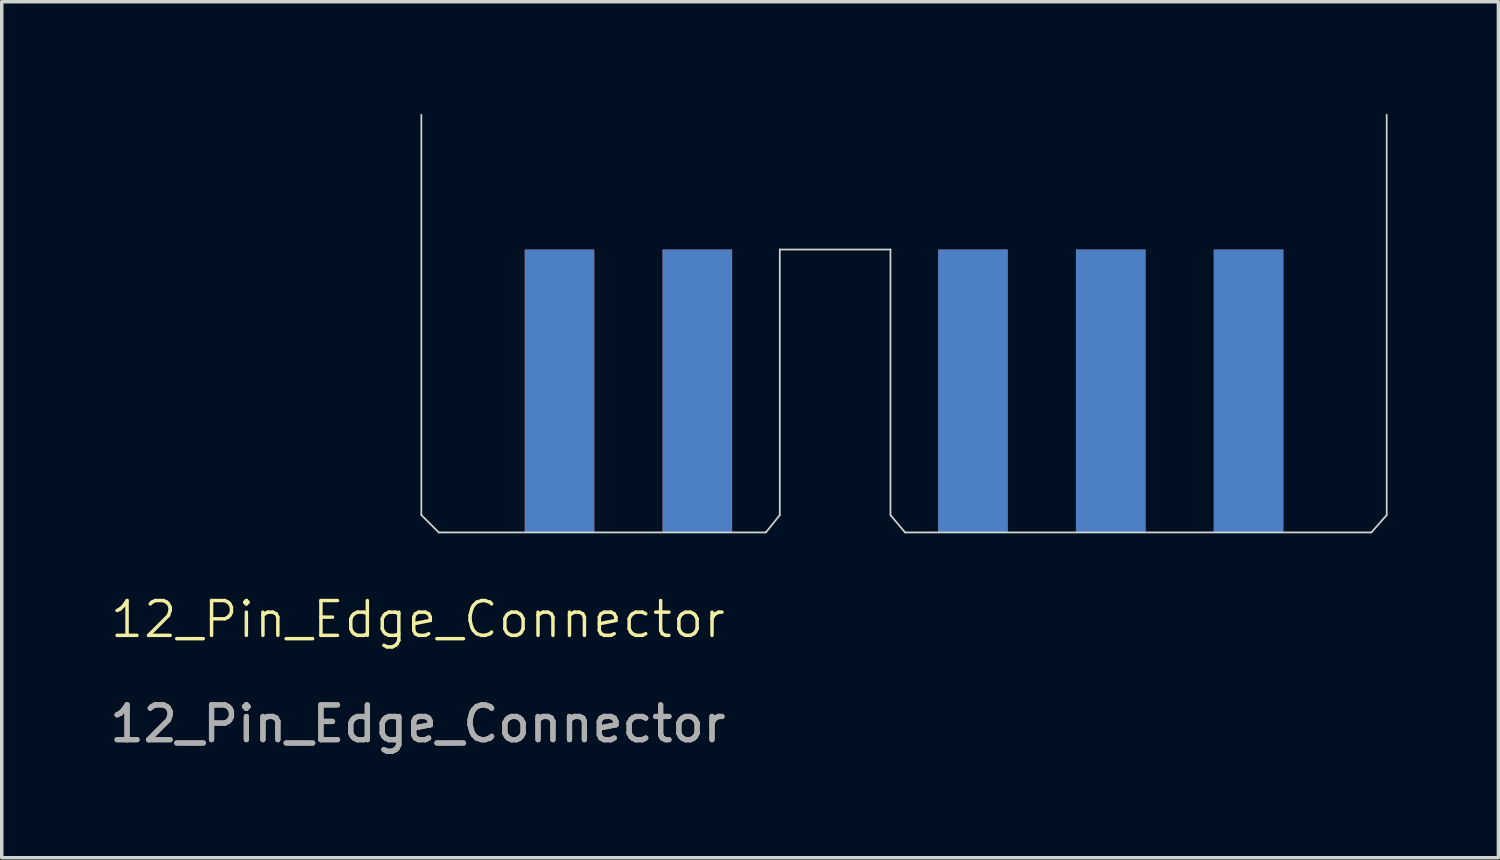
<source format=kicad_pcb>
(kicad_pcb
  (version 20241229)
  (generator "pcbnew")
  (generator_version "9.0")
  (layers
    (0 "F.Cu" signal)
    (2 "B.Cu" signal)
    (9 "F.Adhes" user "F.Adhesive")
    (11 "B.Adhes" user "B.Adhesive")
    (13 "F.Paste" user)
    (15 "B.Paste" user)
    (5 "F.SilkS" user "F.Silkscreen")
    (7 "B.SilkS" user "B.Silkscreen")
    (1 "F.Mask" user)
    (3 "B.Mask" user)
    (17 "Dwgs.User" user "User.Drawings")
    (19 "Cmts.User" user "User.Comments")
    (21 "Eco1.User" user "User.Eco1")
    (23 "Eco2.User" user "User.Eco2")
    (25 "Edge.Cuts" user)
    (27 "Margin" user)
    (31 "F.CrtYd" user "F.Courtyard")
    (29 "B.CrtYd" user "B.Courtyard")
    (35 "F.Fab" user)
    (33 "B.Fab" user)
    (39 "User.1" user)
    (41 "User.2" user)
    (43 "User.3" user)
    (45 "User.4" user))
  (footprint "12_Pin_Edge_Connector"
    (layer "F.Cu")
    (at 9.058 0.25)
    (property "Reference" "12_Pin_Edge_Connector" (at -0.1 14.5 0) (unlocked yes) (layer "F.SilkS") (effects (font (size 1 1) (thickness 0.1))))
    (attr smd)
    (fp_rect (start -0.1 0) (end 27.9 12) (stroke (width 0.1) (type solid)) (fill yes) (layer "F.Mask"))
    (fp_rect (start -0.1 0) (end 27.9 12) (stroke (width 0.1) (type solid)) (fill yes) (layer "B.Mask"))
    (fp_line (start 0 0) (end 0 11.5) (stroke (width 0.05) (type default)) (layer "Edge.Cuts"))
    (fp_line (start 0 11.5) (end 0.5 12) (stroke (width 0.05) (type default)) (layer "Edge.Cuts"))
    (fp_line (start 9.9 12) (end 0.5 12) (stroke (width 0.05) (type default)) (layer "Edge.Cuts"))
    (fp_line (start 9.9 12) (end 10.3 11.5) (stroke (width 0.05) (type default)) (layer "Edge.Cuts"))
    (fp_line (start 10.3 3.87) (end 10.3 11.5) (stroke (width 0.05) (type default)) (layer "Edge.Cuts"))
    (fp_line (start 13.48 3.87) (end 10.3 3.87) (stroke (width 0.05) (type default)) (layer "Edge.Cuts"))
    (fp_line (start 13.48 11.5) (end 13.48 3.87) (stroke (width 0.05) (type default)) (layer "Edge.Cuts"))
    (fp_line (start 13.48 11.5) (end 13.9 12) (stroke (width 0.05) (type default)) (layer "Edge.Cuts"))
    (fp_line (start 27.3 12) (end 13.9 12) (stroke (width 0.05) (type default)) (layer "Edge.Cuts"))
    (fp_line (start 27.3 12) (end 27.74 11.5) (stroke (width 0.05) (type default)) (layer "Edge.Cuts"))
    (fp_line (start 27.74 0) (end 27.74 11.5) (stroke (width 0.05) (type default)) (layer "Edge.Cuts"))
    (fp_text user "${REFERENCE}" (at -0.1 17.5 0) (unlocked yes) (layer "F.Fab") (effects (font (size 1 1) (thickness 0.15))))
    (fp_text user "${REFERENCE}" (at -0.1 17.5 0) (unlocked yes) (layer "F.Fab") (effects (font (size 1 1) (thickness 0.15))))
    (pad "1" smd rect (at 23.77 7.935) (size 2 8.13) (layers "F.Cu" "F.Mask" "F.Paste"))
    (pad "2" smd rect (at 19.81 7.935) (size 2 8.13) (layers "F.Cu" "F.Mask" "F.Paste"))
    (pad "3" smd rect (at 15.85 7.935) (size 2 8.13) (layers "F.Cu" "F.Mask" "F.Paste"))
    (pad "4" smd rect (at 7.93 7.935) (size 2 8.13) (layers "F.Cu" "F.Mask" "F.Paste"))
    (pad "5" smd rect (at 3.97 7.935) (size 2 8.13) (layers "F.Cu" "F.Mask" "F.Paste"))
    (pad "6" smd rect (at 23.77 7.935) (size 2 8.13) (layers "F.Mask" "B.Cu" "F.Paste"))
    (pad "7" smd rect (at 19.81 7.935) (size 2 8.13) (layers "F.Mask" "B.Cu" "F.Paste"))
    (pad "8" smd rect (at 15.85 7.935) (size 2 8.13) (layers "F.Mask" "B.Cu" "F.Paste"))
    (pad "9" smd rect (at 7.93 7.935) (size 2 8.13) (layers "F.Mask" "B.Cu" "F.Paste"))
    (pad "10" smd rect (at 3.97 7.935) (size 2 8.13) (layers "F.Mask" "B.Cu" "F.Paste")))
  (gr_rect
    (start -3 -3)
    (end 40.008 21.598)
    (stroke (width 0.1) (type default))
    (fill no)
    (layer "Edge.Cuts")))
</source>
